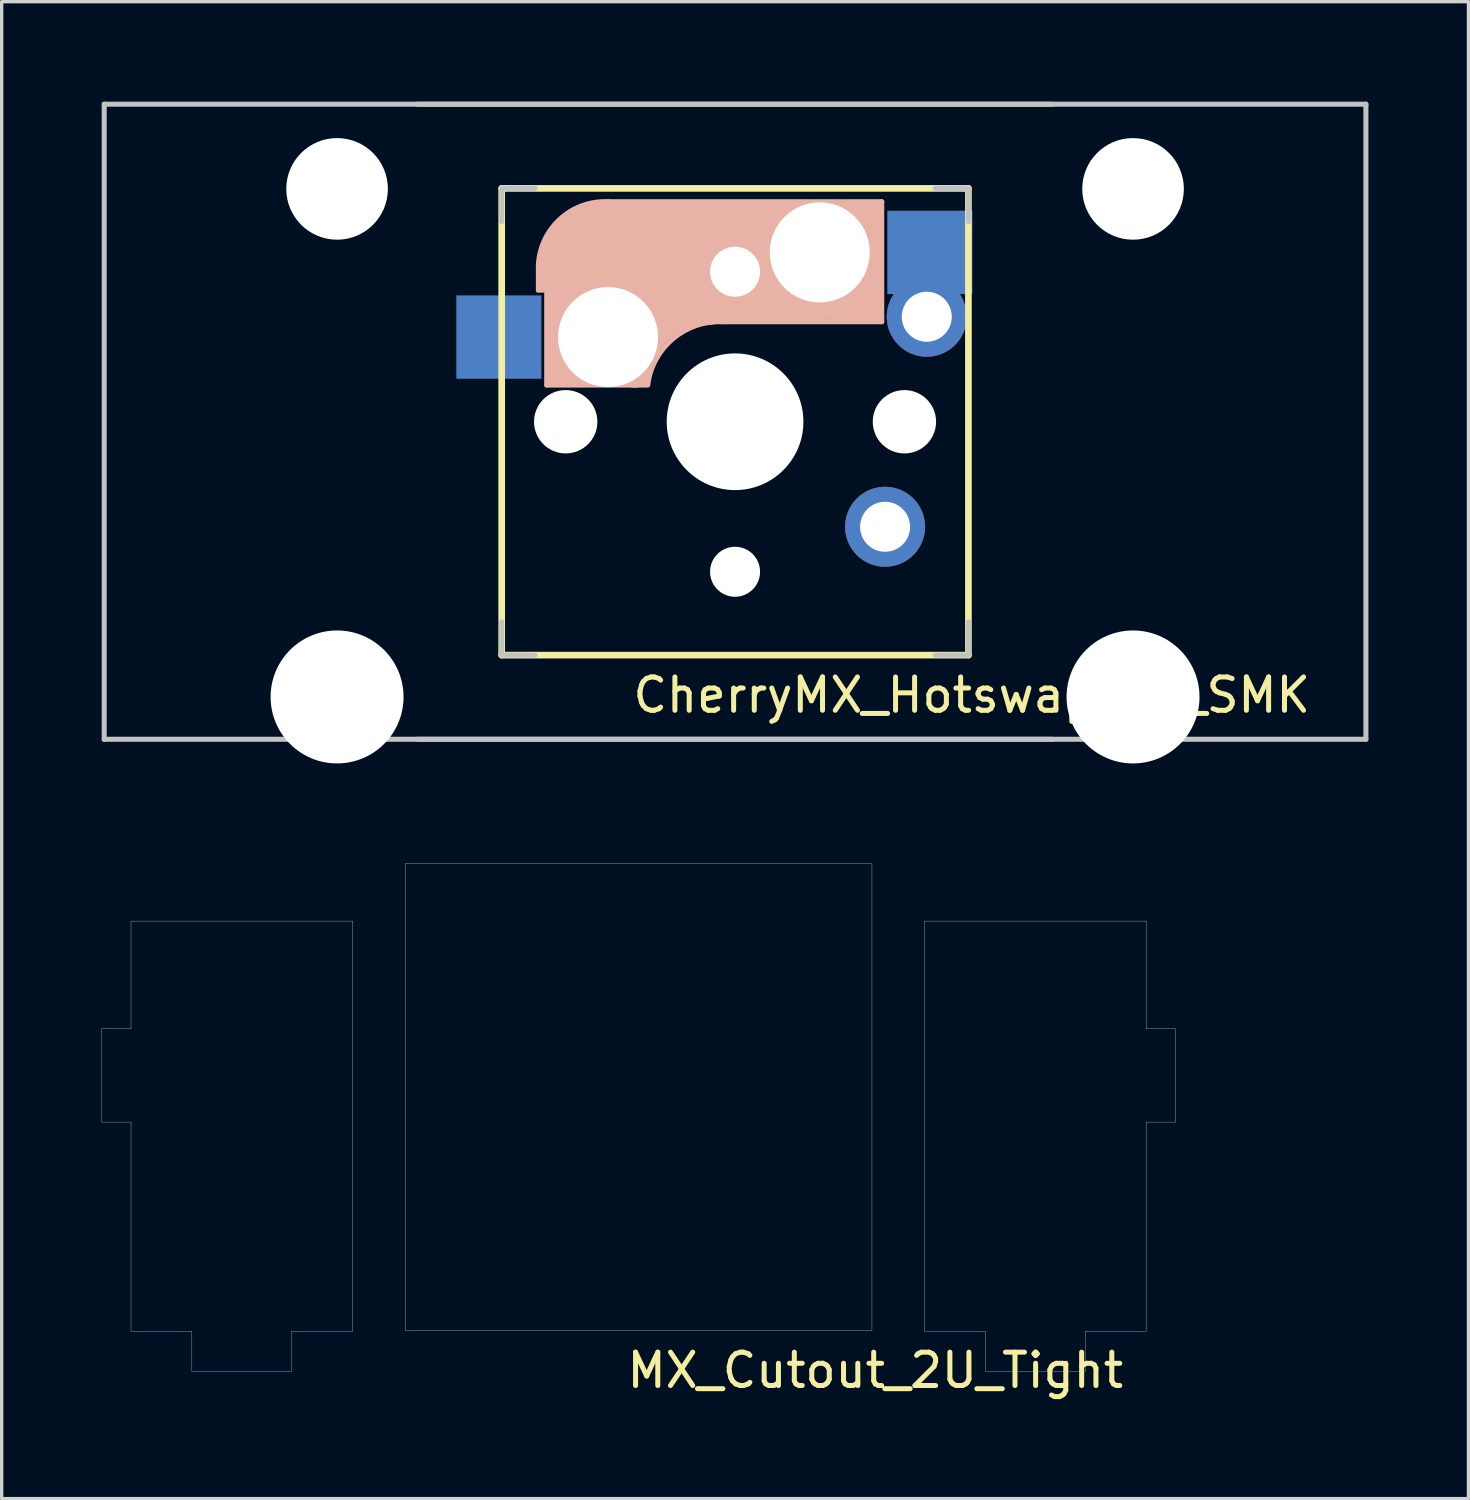
<source format=kicad_pcb>
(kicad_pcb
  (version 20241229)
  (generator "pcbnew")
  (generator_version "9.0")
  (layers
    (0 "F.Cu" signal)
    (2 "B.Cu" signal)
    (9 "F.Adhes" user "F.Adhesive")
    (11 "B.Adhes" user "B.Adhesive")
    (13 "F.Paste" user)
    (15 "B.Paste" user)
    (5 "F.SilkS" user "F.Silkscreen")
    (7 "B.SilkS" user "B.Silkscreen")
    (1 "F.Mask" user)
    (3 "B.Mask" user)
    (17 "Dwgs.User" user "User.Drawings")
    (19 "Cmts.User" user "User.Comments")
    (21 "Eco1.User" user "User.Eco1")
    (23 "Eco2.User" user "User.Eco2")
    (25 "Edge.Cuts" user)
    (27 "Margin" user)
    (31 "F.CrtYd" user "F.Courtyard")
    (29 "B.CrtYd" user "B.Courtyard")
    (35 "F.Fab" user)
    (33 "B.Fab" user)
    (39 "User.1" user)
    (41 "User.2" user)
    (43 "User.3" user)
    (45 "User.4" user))
  (footprint "CherryMX_Hotswap_2u_SMK"
    (layer "F.Cu")
    (at 18.999 9.601)
    (property "Reference" "CherryMX_Hotswap_2u_SMK" (at 7.1 8.2 0) (layer "F.SilkS") (effects (font (size 1 1) (thickness 0.15))))
    (attr through_hole)
    (fp_line (start -7 -7) (end 7 -7) (stroke (width 0.2) (type solid)) (layer "F.SilkS"))
    (fp_line (start -7 7) (end -7 -7) (stroke (width 0.2) (type solid)) (layer "F.SilkS"))
    (fp_line (start -7 7) (end 7 7) (stroke (width 0.2) (type solid)) (layer "F.SilkS"))
    (fp_line (start 7 7) (end 7 -7) (stroke (width 0.2) (type solid)) (layer "F.SilkS"))
    (fp_line (start -5.9 -4.7) (end -5.9 -3.95) (stroke (width 0.15) (type solid)) (layer "B.SilkS"))
    (fp_line (start -5.9 -3.95) (end -5.7 -3.95) (stroke (width 0.15) (type solid)) (layer "B.SilkS"))
    (fp_line (start -5.8 -4.05) (end -5.8 -4.7) (stroke (width 0.3) (type solid)) (layer "B.SilkS"))
    (fp_line (start -5.65 -5.55) (end -5.65 -1.1) (stroke (width 0.15) (type solid)) (layer "B.SilkS"))
    (fp_line (start -5.65 -1.1) (end -2.62 -1.1) (stroke (width 0.15) (type solid)) (layer "B.SilkS"))
    (fp_line (start -5.45 -1.3) (end -3 -1.3) (stroke (width 0.5) (type solid)) (layer "B.SilkS"))
    (fp_line (start -5.3 -1.6) (end -5.3 -3.4) (stroke (width 0.8) (type solid)) (layer "B.SilkS"))
    (fp_line (start -4.17 -5.1) (end -4.17 -2.86) (stroke (width 3) (type solid)) (layer "B.SilkS"))
    (fp_line (start -0.4 -3) (end 4.4 -3) (stroke (width 0.15) (type solid)) (layer "B.SilkS"))
    (fp_line (start 2.6 -4.8) (end -4.1 -4.8) (stroke (width 3.5) (type solid)) (layer "B.SilkS"))
    (fp_line (start 3.9 -6) (end 3.9 -3.5) (stroke (width 1) (type solid)) (layer "B.SilkS"))
    (fp_line (start 4.2 -3.25) (end 2.9 -3.3) (stroke (width 0.5) (type solid)) (layer "B.SilkS"))
    (fp_line (start 4.25 -6.4) (end 3 -6.4) (stroke (width 0.4) (type solid)) (layer "B.SilkS"))
    (fp_line (start 4.38 -4) (end 4.38 -6.25) (stroke (width 0.15) (type solid)) (layer "B.SilkS"))
    (fp_line (start 4.4 -6.6) (end -3.8 -6.6) (stroke (width 0.15) (type solid)) (layer "B.SilkS"))
    (fp_line (start 4.4 -3) (end 4.4 -6.6) (stroke (width 0.15) (type solid)) (layer "B.SilkS"))
    (fp_arc (start -5.9 -4.699999) (mid -5.243504 -6.084924) (end -3.800001 -6.6) (stroke (width 0.15) (type solid)) (layer "B.SilkS"))
    (fp_arc (start -3.016318 -1.521471) (mid -2.268709 -2.886118) (end -0.8 -3.4) (stroke (width 1) (type solid)) (layer "B.SilkS"))
    (fp_arc (start -2.616318 -1.121471) (mid -1.868709 -2.486118) (end -0.4 -3) (stroke (width 0.15) (type solid)) (layer "B.SilkS"))
    (fp_line (start -18.923 -9.525) (end 18.923 -9.525) (stroke (width 0.152) (type solid)) (layer "Dwgs.User"))
    (fp_line (start -18.923 9.525) (end -18.923 -9.525) (stroke (width 0.152) (type solid)) (layer "Dwgs.User"))
    (fp_line (start -9.525 -9.525) (end 9.525 -9.525) (stroke (width 0.15) (type solid)) (layer "Dwgs.User"))
    (fp_line (start -7 -7) (end -6 -7) (stroke (width 0.15) (type solid)) (layer "Dwgs.User"))
    (fp_line (start -7 -6) (end -7 -7) (stroke (width 0.15) (type solid)) (layer "Dwgs.User"))
    (fp_line (start -7 6) (end -7 7) (stroke (width 0.15) (type solid)) (layer "Dwgs.User"))
    (fp_line (start -7 7) (end -6 7) (stroke (width 0.15) (type solid)) (layer "Dwgs.User"))
    (fp_line (start 6 7) (end 7 7) (stroke (width 0.15) (type solid)) (layer "Dwgs.User"))
    (fp_line (start 7 -7) (end 6 -7) (stroke (width 0.15) (type solid)) (layer "Dwgs.User"))
    (fp_line (start 7 -7) (end 7 -6) (stroke (width 0.15) (type solid)) (layer "Dwgs.User"))
    (fp_line (start 7 7) (end 7 6) (stroke (width 0.15) (type solid)) (layer "Dwgs.User"))
    (fp_line (start 9.525 9.525) (end -9.525 9.525) (stroke (width 0.15) (type solid)) (layer "Dwgs.User"))
    (fp_line (start 18.923 -9.525) (end 18.923 9.525) (stroke (width 0.152) (type solid)) (layer "Dwgs.User"))
    (fp_line (start 18.923 9.525) (end -18.923 9.525) (stroke (width 0.152) (type solid)) (layer "Dwgs.User"))
    (pad "" np_thru_hole circle (at -11.938 -6.985) (size 3.048 3.048) (drill 3.048) (layers "*.Cu" "*.Mask"))
    (pad "" np_thru_hole circle (at -11.938 8.255) (size 3.988 3.988) (drill 3.988) (layers "*.Cu" "*.Mask"))
    (pad "" np_thru_hole circle (at -5.08 0) (size 1.9 1.9) (drill 1.9) (layers "*.Cu" "*.Mask"))
    (pad "" np_thru_hole circle (at -3.81 -2.54) (size 3 3) (drill 3) (layers "*.Cu" "*.Mask"))
    (pad "" np_thru_hole circle (at 0 -4.5 270) (size 1.5 1.5) (drill 1.5) (layers "*.Cu" "*.Mask"))
    (pad "" np_thru_hole circle (at 0 0 90) (size 4.1 4.1) (drill 4.1) (layers "*.Cu" "*.Mask"))
    (pad "" np_thru_hole circle (at 0 4.5 90) (size 1.5 1.5) (drill 1.5) (layers "*.Cu" "*.Mask"))
    (pad "" np_thru_hole circle (at 2.54 -5.08) (size 3 3) (drill 3) (layers "*.Cu" "*.Mask"))
    (pad "" np_thru_hole circle (at 5.08 0) (size 1.9 1.9) (drill 1.9) (layers "*.Cu" "*.Mask"))
    (pad "" np_thru_hole circle (at 11.938 -6.985) (size 3.048 3.048) (drill 3.048) (layers "*.Cu" "*.Mask"))
    (pad "" np_thru_hole circle (at 11.938 8.255) (size 3.988 3.988) (drill 3.988) (layers "*.Cu" "*.Mask"))
    (pad "1" smd rect (at -7.085 -2.54 180) (size 2.55 2.5) (layers "B.Cu" "B.Mask" "B.Paste"))
    (pad "1" thru_hole circle (at 4.5 3.15 90) (size 2.4 2.4) (drill 1.5) (layers "*.Cu" "*.Mask"))
    (pad "2" thru_hole circle (at 5.75 -3.15 90) (size 2.4 2.4) (drill 1.5) (layers "*.Cu" "*.Mask"))
    (pad "2" smd rect (at 5.842 -5.08 180) (size 2.55 2.5) (layers "B.Cu" "B.Mask" "B.Paste")))
  (footprint "MX_Cutout_2U_Tight"
    (layer "F.Cu")
    (at 16.105 29.855)
    (property "Reference" "MX_Cutout_2U_Tight" (at 7.1 8.2 0) (layer "F.SilkS") (effects (font (size 1 1) (thickness 0.15))))
    (attr through_hole)
    (fp_line (start -16.1 0.754) (end -16.1 -2.046) (stroke (width 0.01) (type solid)) (layer "Edge.Cuts"))
    (fp_line (start -15.225 -2.046) (end -16.1 -2.046) (stroke (width 0.01) (type solid)) (layer "Edge.Cuts"))
    (fp_line (start -15.225 -2.046) (end -15.225 -5.276) (stroke (width 0.01) (type solid)) (layer "Edge.Cuts"))
    (fp_line (start -15.225 0.754) (end -16.1 0.754) (stroke (width 0.01) (type solid)) (layer "Edge.Cuts"))
    (fp_line (start -15.225 7.024) (end -15.225 0.754) (stroke (width 0.01) (type solid)) (layer "Edge.Cuts"))
    (fp_line (start -13.4 7.024) (end -15.225 7.024) (stroke (width 0.01) (type solid)) (layer "Edge.Cuts"))
    (fp_line (start -13.4 8.224) (end -13.4 7.024) (stroke (width 0.01) (type solid)) (layer "Edge.Cuts"))
    (fp_line (start -10.4 8.224) (end -13.4 8.224) (stroke (width 0.01) (type solid)) (layer "Edge.Cuts"))
    (fp_line (start -10.4 8.224) (end -10.4 7.024) (stroke (width 0.01) (type solid)) (layer "Edge.Cuts"))
    (fp_line (start -8.575 -5.276) (end -15.225 -5.276) (stroke (width 0.01) (type solid)) (layer "Edge.Cuts"))
    (fp_line (start -8.575 7.024) (end -10.4 7.024) (stroke (width 0.01) (type solid)) (layer "Edge.Cuts"))
    (fp_line (start -8.575 7.024) (end -8.575 -5.276) (stroke (width 0.01) (type solid)) (layer "Edge.Cuts"))
    (fp_line (start -7 7) (end -7 -7) (stroke (width 0.01) (type solid)) (layer "Edge.Cuts"))
    (fp_line (start 7 -7) (end -7 -7) (stroke (width 0.01) (type solid)) (layer "Edge.Cuts"))
    (fp_line (start 7 7) (end -7 7) (stroke (width 0.01) (type solid)) (layer "Edge.Cuts"))
    (fp_line (start 7 7) (end 7 -7) (stroke (width 0.01) (type solid)) (layer "Edge.Cuts"))
    (fp_line (start 8.575 7.024) (end 8.575 -5.276) (stroke (width 0.01) (type solid)) (layer "Edge.Cuts"))
    (fp_line (start 10.4 7.024) (end 8.575 7.024) (stroke (width 0.01) (type solid)) (layer "Edge.Cuts"))
    (fp_line (start 10.4 8.224) (end 10.4 7.024) (stroke (width 0.01) (type solid)) (layer "Edge.Cuts"))
    (fp_line (start 13.4 8.224) (end 10.4 8.224) (stroke (width 0.01) (type solid)) (layer "Edge.Cuts"))
    (fp_line (start 13.4 8.224) (end 13.4 7.024) (stroke (width 0.01) (type solid)) (layer "Edge.Cuts"))
    (fp_line (start 15.225 -5.276) (end 8.575 -5.276) (stroke (width 0.01) (type solid)) (layer "Edge.Cuts"))
    (fp_line (start 15.225 -2.046) (end 15.225 -5.276) (stroke (width 0.01) (type solid)) (layer "Edge.Cuts"))
    (fp_line (start 15.225 7.024) (end 13.4 7.024) (stroke (width 0.01) (type solid)) (layer "Edge.Cuts"))
    (fp_line (start 15.225 7.024) (end 15.225 0.754) (stroke (width 0.01) (type solid)) (layer "Edge.Cuts"))
    (fp_line (start 16.1 -2.046) (end 15.225 -2.046) (stroke (width 0.01) (type solid)) (layer "Edge.Cuts"))
    (fp_line (start 16.1 0.754) (end 15.225 0.754) (stroke (width 0.01) (type solid)) (layer "Edge.Cuts"))
    (fp_line (start 16.1 0.754) (end 16.1 -2.046) (stroke (width 0.01) (type solid)) (layer "Edge.Cuts")))
  (gr_rect
    (start -3 -3)
    (end 40.998 41.903)
    (stroke (width 0.1) (type default))
    (fill no)
    (layer "Edge.Cuts")))
</source>
